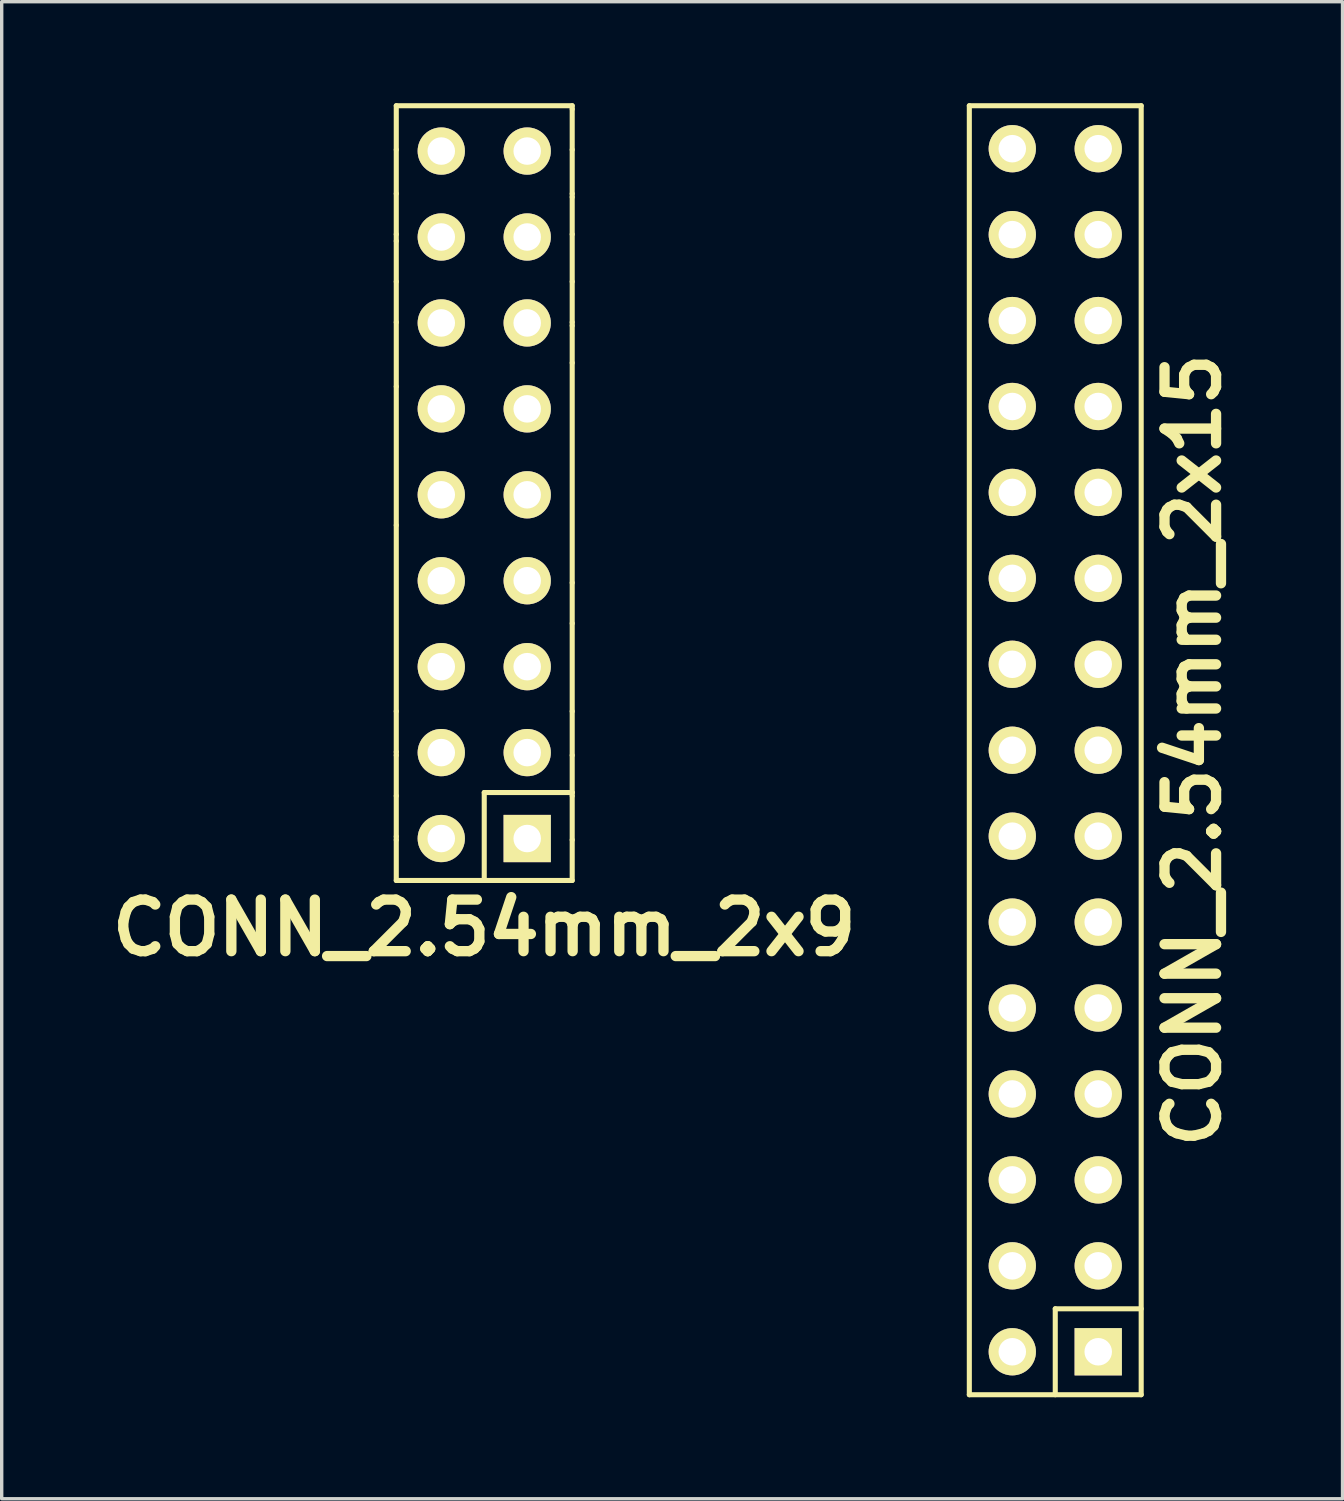
<source format=kicad_pcb>
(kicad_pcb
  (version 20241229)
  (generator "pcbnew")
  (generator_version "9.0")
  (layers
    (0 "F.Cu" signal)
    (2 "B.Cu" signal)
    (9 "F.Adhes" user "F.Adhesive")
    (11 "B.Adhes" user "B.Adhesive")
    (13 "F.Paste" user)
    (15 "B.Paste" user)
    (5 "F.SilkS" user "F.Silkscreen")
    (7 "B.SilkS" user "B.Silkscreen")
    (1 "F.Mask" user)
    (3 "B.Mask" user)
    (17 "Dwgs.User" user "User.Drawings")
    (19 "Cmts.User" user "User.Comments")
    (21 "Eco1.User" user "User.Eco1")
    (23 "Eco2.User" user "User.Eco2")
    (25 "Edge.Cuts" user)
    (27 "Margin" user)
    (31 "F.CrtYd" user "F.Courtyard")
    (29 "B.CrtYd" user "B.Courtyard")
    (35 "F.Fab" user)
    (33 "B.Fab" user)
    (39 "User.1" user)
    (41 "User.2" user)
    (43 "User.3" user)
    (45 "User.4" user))
  (footprint "CONN_2.54mm_2x9"
    (layer "F.Cu")
    (at 11.263 11.575)
    (property "Reference" "CONN_2.54mm_2x9" (at 0 12.8 0) (layer "F.SilkS") (effects (font (size 1.524 1.524) (thickness 0.305))))
    (attr through_hole)
    (fp_line (start -2.6 -11.5) (end -2.6 -10.2) (stroke (width 0.15) (type solid)) (layer "F.SilkS"))
    (fp_line (start -2.6 -10.2) (end -2.6 -8.9) (stroke (width 0.15) (type solid)) (layer "F.SilkS"))
    (fp_line (start -2.6 -8.9) (end -2.6 -7.7) (stroke (width 0.15) (type solid)) (layer "F.SilkS"))
    (fp_line (start -2.6 -7.5) (end -2.6 -7.7) (stroke (width 0.15) (type solid)) (layer "F.SilkS"))
    (fp_line (start -2.6 -6.3) (end -2.6 -7.5) (stroke (width 0.15) (type solid)) (layer "F.SilkS"))
    (fp_line (start -2.6 -5.1) (end -2.6 -6.3) (stroke (width 0.15) (type solid)) (layer "F.SilkS"))
    (fp_line (start -2.6 -5.1) (end -2.6 -3.2) (stroke (width 0.15) (type solid)) (layer "F.SilkS"))
    (fp_line (start -2.6 0.9) (end -2.6 -3.2) (stroke (width 0.15) (type solid)) (layer "F.SilkS"))
    (fp_line (start -2.6 6.4) (end -2.6 0.9) (stroke (width 0.15) (type solid)) (layer "F.SilkS"))
    (fp_line (start -2.6 6.4) (end -2.6 7.6) (stroke (width 0.15) (type solid)) (layer "F.SilkS"))
    (fp_line (start -2.6 7.6) (end -2.6 7.7) (stroke (width 0.15) (type solid)) (layer "F.SilkS"))
    (fp_line (start -2.6 8.9) (end -2.6 7.7) (stroke (width 0.15) (type solid)) (layer "F.SilkS"))
    (fp_line (start -2.6 8.9) (end -2.6 10.1) (stroke (width 0.15) (type solid)) (layer "F.SilkS"))
    (fp_line (start -2.6 10.1) (end -2.6 10.2) (stroke (width 0.15) (type solid)) (layer "F.SilkS"))
    (fp_line (start -2.6 10.2) (end -2.6 11.4) (stroke (width 0.15) (type solid)) (layer "F.SilkS"))
    (fp_line (start -2.6 11.4) (end 2.6 11.4) (stroke (width 0.15) (type solid)) (layer "F.SilkS"))
    (fp_line (start 0 8.8) (end 0 11.4) (stroke (width 0.15) (type solid)) (layer "F.SilkS"))
    (fp_line (start 0 8.8) (end 2.6 8.8) (stroke (width 0.15) (type solid)) (layer "F.SilkS"))
    (fp_line (start 2.6 -11.5) (end -2.6 -11.5) (stroke (width 0.15) (type solid)) (layer "F.SilkS"))
    (fp_line (start 2.6 -11.4) (end 2.6 -11.5) (stroke (width 0.15) (type solid)) (layer "F.SilkS"))
    (fp_line (start 2.6 -10.2) (end 2.6 -11.4) (stroke (width 0.15) (type solid)) (layer "F.SilkS"))
    (fp_line (start 2.6 -8.9) (end 2.6 -10.2) (stroke (width 0.15) (type solid)) (layer "F.SilkS"))
    (fp_line (start 2.6 -8.8) (end 2.6 -8.9) (stroke (width 0.15) (type solid)) (layer "F.SilkS"))
    (fp_line (start 2.6 -7.7) (end 2.6 -8.8) (stroke (width 0.15) (type solid)) (layer "F.SilkS"))
    (fp_line (start 2.6 -7.7) (end 2.6 -6.3) (stroke (width 0.15) (type solid)) (layer "F.SilkS"))
    (fp_line (start 2.6 -6.3) (end 2.6 -5.1) (stroke (width 0.15) (type solid)) (layer "F.SilkS"))
    (fp_line (start 2.6 -5) (end 2.6 -5.1) (stroke (width 0.15) (type solid)) (layer "F.SilkS"))
    (fp_line (start 2.6 -3.9) (end 2.6 -5) (stroke (width 0.15) (type solid)) (layer "F.SilkS"))
    (fp_line (start 2.6 2.6) (end 2.6 -3.9) (stroke (width 0.15) (type solid)) (layer "F.SilkS"))
    (fp_line (start 2.6 2.6) (end 2.6 3.8) (stroke (width 0.15) (type solid)) (layer "F.SilkS"))
    (fp_line (start 2.6 6.4) (end 2.6 3.8) (stroke (width 0.15) (type solid)) (layer "F.SilkS"))
    (fp_line (start 2.6 7.7) (end 2.6 6.4) (stroke (width 0.15) (type solid)) (layer "F.SilkS"))
    (fp_line (start 2.6 7.7) (end 2.6 8.8) (stroke (width 0.15) (type solid)) (layer "F.SilkS"))
    (fp_line (start 2.6 8.8) (end 2.6 8.9) (stroke (width 0.15) (type solid)) (layer "F.SilkS"))
    (fp_line (start 2.6 10.2) (end 2.6 8.9) (stroke (width 0.15) (type solid)) (layer "F.SilkS"))
    (fp_line (start 2.6 11.4) (end 2.6 10.2) (stroke (width 0.15) (type solid)) (layer "F.SilkS"))
    (pad "1" thru_hole rect (at 1.27 10.16) (size 1.397 1.397) (drill 0.813) (layers "*.Cu" "*.Mask" "F.SilkS"))
    (pad "2" thru_hole circle (at -1.27 10.16) (size 1.397 1.397) (drill 0.813) (layers "*.Cu" "*.Mask" "F.SilkS"))
    (pad "3" thru_hole circle (at 1.27 7.62) (size 1.397 1.397) (drill 0.813) (layers "*.Cu" "*.Mask" "F.SilkS"))
    (pad "4" thru_hole circle (at -1.27 7.62) (size 1.397 1.397) (drill 0.813) (layers "*.Cu" "*.Mask" "F.SilkS"))
    (pad "5" thru_hole circle (at 1.27 5.08) (size 1.397 1.397) (drill 0.813) (layers "*.Cu" "*.Mask" "F.SilkS"))
    (pad "6" thru_hole circle (at -1.27 5.08) (size 1.397 1.397) (drill 0.813) (layers "*.Cu" "*.Mask" "F.SilkS"))
    (pad "7" thru_hole circle (at 1.27 2.54) (size 1.397 1.397) (drill 0.813) (layers "*.Cu" "*.Mask" "F.SilkS"))
    (pad "8" thru_hole circle (at -1.27 2.54) (size 1.397 1.397) (drill 0.813) (layers "*.Cu" "*.Mask" "F.SilkS"))
    (pad "9" thru_hole circle (at 1.27 0) (size 1.397 1.397) (drill 0.813) (layers "*.Cu" "*.Mask" "F.SilkS"))
    (pad "10" thru_hole circle (at -1.27 0) (size 1.397 1.397) (drill 0.813) (layers "*.Cu" "*.Mask" "F.SilkS"))
    (pad "11" thru_hole circle (at 1.27 -2.54) (size 1.397 1.397) (drill 0.813) (layers "*.Cu" "*.Mask" "F.SilkS"))
    (pad "12" thru_hole circle (at -1.27 -2.54) (size 1.397 1.397) (drill 0.813) (layers "*.Cu" "*.Mask" "F.SilkS"))
    (pad "13" thru_hole circle (at 1.27 -5.08) (size 1.397 1.397) (drill 0.813) (layers "*.Cu" "*.Mask" "F.SilkS"))
    (pad "14" thru_hole circle (at -1.27 -5.08) (size 1.397 1.397) (drill 0.813) (layers "*.Cu" "*.Mask" "F.SilkS"))
    (pad "15" thru_hole circle (at 1.27 -7.62) (size 1.397 1.397) (drill 0.813) (layers "*.Cu" "*.Mask" "F.SilkS"))
    (pad "16" thru_hole circle (at -1.27 -7.62) (size 1.397 1.397) (drill 0.813) (layers "*.Cu" "*.Mask" "F.SilkS"))
    (pad "17" thru_hole circle (at 1.27 -10.16) (size 1.397 1.397) (drill 0.813) (layers "*.Cu" "*.Mask" "F.SilkS"))
    (pad "18" thru_hole circle (at -1.27 -10.16) (size 1.397 1.397) (drill 0.813) (layers "*.Cu" "*.Mask" "F.SilkS")))
  (footprint "CONN_2.54mm_2x15"
    (layer "F.Cu")
    (at 28.141 19.125)
    (property "Reference" "CONN_2.54mm_2x15" (at 4.064 0 90) (layer "F.SilkS") (effects (font (size 1.524 1.524) (thickness 0.305))))
    (attr through_hole)
    (fp_line (start -2.54 -19.05) (end 2.54 -19.05) (stroke (width 0.15) (type solid)) (layer "F.SilkS"))
    (fp_line (start -2.54 19.05) (end -2.54 -19.05) (stroke (width 0.15) (type solid)) (layer "F.SilkS"))
    (fp_line (start 0 16.51) (end 0 19.05) (stroke (width 0.15) (type solid)) (layer "F.SilkS"))
    (fp_line (start 2.54 -19.05) (end 2.54 19.05) (stroke (width 0.15) (type solid)) (layer "F.SilkS"))
    (fp_line (start 2.54 16.51) (end 0 16.51) (stroke (width 0.15) (type solid)) (layer "F.SilkS"))
    (fp_line (start 2.54 19.05) (end -2.54 19.05) (stroke (width 0.15) (type solid)) (layer "F.SilkS"))
    (pad "1" thru_hole rect (at 1.27 17.78) (size 1.397 1.397) (drill 0.813) (layers "*.Cu" "*.Mask" "F.SilkS"))
    (pad "2" thru_hole circle (at -1.27 17.78) (size 1.397 1.397) (drill 0.813) (layers "*.Cu" "*.Mask" "F.SilkS"))
    (pad "3" thru_hole circle (at 1.27 15.24) (size 1.397 1.397) (drill 0.813) (layers "*.Cu" "*.Mask" "F.SilkS"))
    (pad "4" thru_hole circle (at -1.27 15.24) (size 1.397 1.397) (drill 0.813) (layers "*.Cu" "*.Mask" "F.SilkS"))
    (pad "5" thru_hole circle (at 1.27 12.7) (size 1.397 1.397) (drill 0.813) (layers "*.Cu" "*.Mask" "F.SilkS"))
    (pad "6" thru_hole circle (at -1.27 12.7) (size 1.397 1.397) (drill 0.813) (layers "*.Cu" "*.Mask" "F.SilkS"))
    (pad "7" thru_hole circle (at 1.27 10.16) (size 1.397 1.397) (drill 0.813) (layers "*.Cu" "*.Mask" "F.SilkS"))
    (pad "8" thru_hole circle (at -1.27 10.16) (size 1.397 1.397) (drill 0.813) (layers "*.Cu" "*.Mask" "F.SilkS"))
    (pad "9" thru_hole circle (at 1.27 7.62) (size 1.397 1.397) (drill 0.813) (layers "*.Cu" "*.Mask" "F.SilkS"))
    (pad "10" thru_hole circle (at -1.27 7.62) (size 1.397 1.397) (drill 0.813) (layers "*.Cu" "*.Mask" "F.SilkS"))
    (pad "11" thru_hole circle (at 1.27 5.08) (size 1.397 1.397) (drill 0.813) (layers "*.Cu" "*.Mask" "F.SilkS"))
    (pad "12" thru_hole circle (at -1.27 5.08) (size 1.397 1.397) (drill 0.813) (layers "*.Cu" "*.Mask" "F.SilkS"))
    (pad "13" thru_hole circle (at 1.27 2.54) (size 1.397 1.397) (drill 0.813) (layers "*.Cu" "*.Mask" "F.SilkS"))
    (pad "14" thru_hole circle (at -1.27 2.54) (size 1.397 1.397) (drill 0.813) (layers "*.Cu" "*.Mask" "F.SilkS"))
    (pad "15" thru_hole circle (at 1.27 0) (size 1.397 1.397) (drill 0.813) (layers "*.Cu" "*.Mask" "F.SilkS"))
    (pad "16" thru_hole circle (at -1.27 0) (size 1.397 1.397) (drill 0.813) (layers "*.Cu" "*.Mask" "F.SilkS"))
    (pad "17" thru_hole circle (at 1.27 -2.54) (size 1.397 1.397) (drill 0.813) (layers "*.Cu" "*.Mask" "F.SilkS"))
    (pad "18" thru_hole circle (at -1.27 -2.54) (size 1.397 1.397) (drill 0.813) (layers "*.Cu" "*.Mask" "F.SilkS"))
    (pad "19" thru_hole circle (at 1.27 -5.08) (size 1.397 1.397) (drill 0.813) (layers "*.Cu" "*.Mask" "F.SilkS"))
    (pad "20" thru_hole circle (at -1.27 -5.08) (size 1.397 1.397) (drill 0.813) (layers "*.Cu" "*.Mask" "F.SilkS"))
    (pad "21" thru_hole circle (at 1.27 -7.62) (size 1.397 1.397) (drill 0.813) (layers "*.Cu" "*.Mask" "F.SilkS"))
    (pad "22" thru_hole circle (at -1.27 -7.62) (size 1.397 1.397) (drill 0.813) (layers "*.Cu" "*.Mask" "F.SilkS"))
    (pad "23" thru_hole circle (at 1.27 -10.16) (size 1.397 1.397) (drill 0.813) (layers "*.Cu" "*.Mask" "F.SilkS"))
    (pad "24" thru_hole circle (at -1.27 -10.16) (size 1.397 1.397) (drill 0.813) (layers "*.Cu" "*.Mask" "F.SilkS"))
    (pad "25" thru_hole circle (at 1.27 -12.7) (size 1.397 1.397) (drill 0.813) (layers "*.Cu" "*.Mask" "F.SilkS"))
    (pad "26" thru_hole circle (at -1.27 -12.7) (size 1.397 1.397) (drill 0.813) (layers "*.Cu" "*.Mask" "F.SilkS"))
    (pad "27" thru_hole circle (at 1.27 -15.24) (size 1.397 1.397) (drill 0.813) (layers "*.Cu" "*.Mask" "F.SilkS"))
    (pad "28" thru_hole circle (at -1.27 -15.24) (size 1.397 1.397) (drill 0.813) (layers "*.Cu" "*.Mask" "F.SilkS"))
    (pad "29" thru_hole circle (at 1.27 -17.78) (size 1.397 1.397) (drill 0.813) (layers "*.Cu" "*.Mask" "F.SilkS"))
    (pad "30" thru_hole circle (at -1.27 -17.78) (size 1.397 1.397) (drill 0.813) (layers "*.Cu" "*.Mask" "F.SilkS")))
  (gr_rect
    (start -3 -3)
    (end 36.632 41.25)
    (stroke (width 0.1) (type default))
    (fill no)
    (layer "Edge.Cuts")))
</source>
